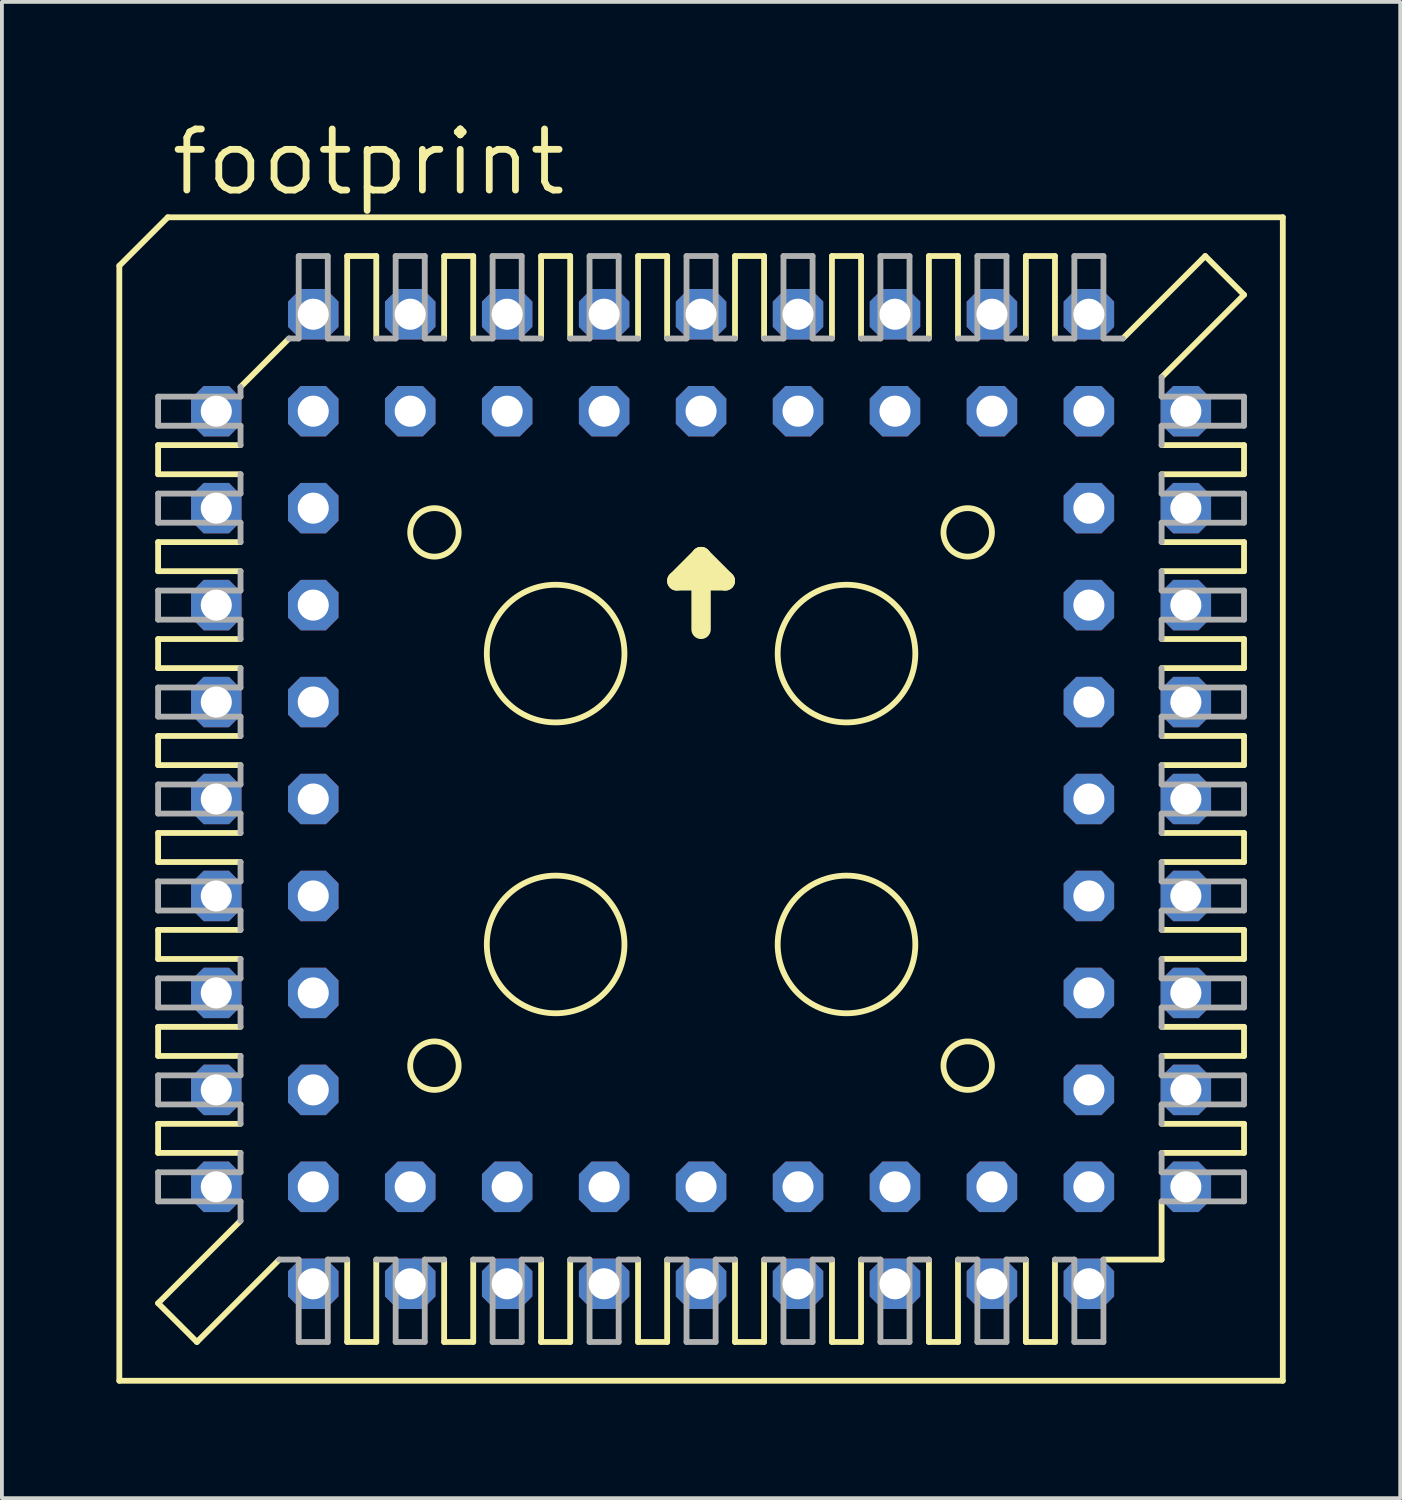
<source format=kicad_pcb>
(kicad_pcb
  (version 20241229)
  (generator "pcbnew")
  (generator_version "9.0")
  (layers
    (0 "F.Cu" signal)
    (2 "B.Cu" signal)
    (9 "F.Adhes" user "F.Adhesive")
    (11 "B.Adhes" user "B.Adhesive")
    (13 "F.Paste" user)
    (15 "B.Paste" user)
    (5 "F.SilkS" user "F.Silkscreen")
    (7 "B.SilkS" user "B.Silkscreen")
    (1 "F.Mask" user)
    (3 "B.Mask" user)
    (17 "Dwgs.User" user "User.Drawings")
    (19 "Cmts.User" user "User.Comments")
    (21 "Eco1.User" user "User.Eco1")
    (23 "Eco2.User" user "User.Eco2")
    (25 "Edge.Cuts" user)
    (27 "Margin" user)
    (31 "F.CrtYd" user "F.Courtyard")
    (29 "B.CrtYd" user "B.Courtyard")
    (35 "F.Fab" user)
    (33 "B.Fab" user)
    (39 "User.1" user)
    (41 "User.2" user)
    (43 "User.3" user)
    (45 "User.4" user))
  (footprint "footprint"
    (layer "F.Cu")
    (at 15.316 17.882)
    (property "Reference" "footprint" (at -13.97 -15.748 0) (layer "F.SilkS") (effects (font (size 1.6 1.6) (thickness 0.178)) (justify left bottom)))
    (fp_line (start -15.24 -13.97) (end -15.24 15.24) (stroke (width 0.152) (type solid)) (layer "F.SilkS"))
    (fp_line (start -14.224 -9.271) (end -14.224 -8.509) (stroke (width 0.152) (type solid)) (layer "F.SilkS"))
    (fp_line (start -14.224 -9.271) (end -12.065 -9.271) (stroke (width 0.152) (type solid)) (layer "F.SilkS"))
    (fp_line (start -14.224 -6.731) (end -14.224 -5.969) (stroke (width 0.152) (type solid)) (layer "F.SilkS"))
    (fp_line (start -14.224 -6.731) (end -12.065 -6.731) (stroke (width 0.152) (type solid)) (layer "F.SilkS"))
    (fp_line (start -14.224 -4.191) (end -14.224 -3.429) (stroke (width 0.152) (type solid)) (layer "F.SilkS"))
    (fp_line (start -14.224 -4.191) (end -12.065 -4.191) (stroke (width 0.152) (type solid)) (layer "F.SilkS"))
    (fp_line (start -14.224 -0.889) (end -14.224 -1.651) (stroke (width 0.152) (type solid)) (layer "F.SilkS"))
    (fp_line (start -14.224 -0.889) (end -12.065 -0.889) (stroke (width 0.152) (type solid)) (layer "F.SilkS"))
    (fp_line (start -14.224 1.651) (end -14.224 0.889) (stroke (width 0.152) (type solid)) (layer "F.SilkS"))
    (fp_line (start -14.224 1.651) (end -12.065 1.651) (stroke (width 0.152) (type solid)) (layer "F.SilkS"))
    (fp_line (start -14.224 4.191) (end -14.224 3.429) (stroke (width 0.152) (type solid)) (layer "F.SilkS"))
    (fp_line (start -14.224 4.191) (end -12.065 4.191) (stroke (width 0.152) (type solid)) (layer "F.SilkS"))
    (fp_line (start -14.224 5.969) (end -14.224 6.731) (stroke (width 0.152) (type solid)) (layer "F.SilkS"))
    (fp_line (start -14.224 5.969) (end -12.065 5.969) (stroke (width 0.152) (type solid)) (layer "F.SilkS"))
    (fp_line (start -14.224 8.509) (end -14.224 9.271) (stroke (width 0.152) (type solid)) (layer "F.SilkS"))
    (fp_line (start -14.224 8.509) (end -12.065 8.509) (stroke (width 0.152) (type solid)) (layer "F.SilkS"))
    (fp_line (start -14.224 13.208) (end -12.065 11.049) (stroke (width 0.152) (type solid)) (layer "F.SilkS"))
    (fp_line (start -13.97 -15.24) (end -15.24 -13.97) (stroke (width 0.152) (type solid)) (layer "F.SilkS"))
    (fp_line (start -13.208 14.224) (end -14.224 13.208) (stroke (width 0.152) (type solid)) (layer "F.SilkS"))
    (fp_line (start -13.208 14.224) (end -11.049 12.065) (stroke (width 0.152) (type solid)) (layer "F.SilkS"))
    (fp_line (start -12.065 -10.795) (end -10.795 -12.065) (stroke (width 0.152) (type solid)) (layer "F.SilkS"))
    (fp_line (start -12.065 -8.509) (end -14.224 -8.509) (stroke (width 0.152) (type solid)) (layer "F.SilkS"))
    (fp_line (start -12.065 -5.969) (end -14.224 -5.969) (stroke (width 0.152) (type solid)) (layer "F.SilkS"))
    (fp_line (start -12.065 -3.429) (end -14.224 -3.429) (stroke (width 0.152) (type solid)) (layer "F.SilkS"))
    (fp_line (start -12.065 -1.651) (end -14.224 -1.651) (stroke (width 0.152) (type solid)) (layer "F.SilkS"))
    (fp_line (start -12.065 0.889) (end -14.224 0.889) (stroke (width 0.152) (type solid)) (layer "F.SilkS"))
    (fp_line (start -12.065 3.429) (end -14.224 3.429) (stroke (width 0.152) (type solid)) (layer "F.SilkS"))
    (fp_line (start -12.065 6.731) (end -14.224 6.731) (stroke (width 0.152) (type solid)) (layer "F.SilkS"))
    (fp_line (start -12.065 9.271) (end -14.224 9.271) (stroke (width 0.152) (type solid)) (layer "F.SilkS"))
    (fp_line (start -9.271 -12.065) (end -9.271 -14.224) (stroke (width 0.152) (type solid)) (layer "F.SilkS"))
    (fp_line (start -9.271 14.224) (end -9.271 12.065) (stroke (width 0.152) (type solid)) (layer "F.SilkS"))
    (fp_line (start -9.271 14.224) (end -8.509 14.224) (stroke (width 0.152) (type solid)) (layer "F.SilkS"))
    (fp_line (start -8.509 -14.224) (end -9.271 -14.224) (stroke (width 0.152) (type solid)) (layer "F.SilkS"))
    (fp_line (start -8.509 -14.224) (end -8.509 -12.065) (stroke (width 0.152) (type solid)) (layer "F.SilkS"))
    (fp_line (start -8.509 12.065) (end -8.509 14.224) (stroke (width 0.152) (type solid)) (layer "F.SilkS"))
    (fp_line (start -6.731 -12.065) (end -6.731 -14.224) (stroke (width 0.152) (type solid)) (layer "F.SilkS"))
    (fp_line (start -6.731 14.224) (end -6.731 12.065) (stroke (width 0.152) (type solid)) (layer "F.SilkS"))
    (fp_line (start -6.731 14.224) (end -5.969 14.224) (stroke (width 0.152) (type solid)) (layer "F.SilkS"))
    (fp_line (start -5.969 -14.224) (end -6.731 -14.224) (stroke (width 0.152) (type solid)) (layer "F.SilkS"))
    (fp_line (start -5.969 -14.224) (end -5.969 -12.065) (stroke (width 0.152) (type solid)) (layer "F.SilkS"))
    (fp_line (start -5.969 12.065) (end -5.969 14.224) (stroke (width 0.152) (type solid)) (layer "F.SilkS"))
    (fp_line (start -4.191 -12.065) (end -4.191 -14.224) (stroke (width 0.152) (type solid)) (layer "F.SilkS"))
    (fp_line (start -4.191 14.224) (end -4.191 12.065) (stroke (width 0.152) (type solid)) (layer "F.SilkS"))
    (fp_line (start -4.191 14.224) (end -3.429 14.224) (stroke (width 0.152) (type solid)) (layer "F.SilkS"))
    (fp_line (start -3.429 -14.224) (end -4.191 -14.224) (stroke (width 0.152) (type solid)) (layer "F.SilkS"))
    (fp_line (start -3.429 -14.224) (end -3.429 -12.065) (stroke (width 0.152) (type solid)) (layer "F.SilkS"))
    (fp_line (start -3.429 12.065) (end -3.429 14.224) (stroke (width 0.152) (type solid)) (layer "F.SilkS"))
    (fp_line (start -1.651 -12.065) (end -1.651 -14.224) (stroke (width 0.152) (type solid)) (layer "F.SilkS"))
    (fp_line (start -1.651 14.224) (end -1.651 12.065) (stroke (width 0.152) (type solid)) (layer "F.SilkS"))
    (fp_line (start -1.651 14.224) (end -0.889 14.224) (stroke (width 0.152) (type solid)) (layer "F.SilkS"))
    (fp_line (start -0.889 -14.224) (end -1.651 -14.224) (stroke (width 0.152) (type solid)) (layer "F.SilkS"))
    (fp_line (start -0.889 -14.224) (end -0.889 -12.065) (stroke (width 0.152) (type solid)) (layer "F.SilkS"))
    (fp_line (start -0.889 12.065) (end -0.889 14.224) (stroke (width 0.152) (type solid)) (layer "F.SilkS"))
    (fp_line (start -0.635 -5.715) (end 0 -6.35) (stroke (width 0.508) (type solid)) (layer "F.SilkS"))
    (fp_line (start 0 -6.35) (end 0 -4.445) (stroke (width 0.508) (type solid)) (layer "F.SilkS"))
    (fp_line (start 0 -6.35) (end 0.635 -5.715) (stroke (width 0.508) (type solid)) (layer "F.SilkS"))
    (fp_line (start 0.635 -5.715) (end -0.635 -5.715) (stroke (width 0.508) (type solid)) (layer "F.SilkS"))
    (fp_line (start 0.889 -12.065) (end 0.889 -14.224) (stroke (width 0.152) (type solid)) (layer "F.SilkS"))
    (fp_line (start 0.889 14.224) (end 0.889 12.065) (stroke (width 0.152) (type solid)) (layer "F.SilkS"))
    (fp_line (start 0.889 14.224) (end 1.651 14.224) (stroke (width 0.152) (type solid)) (layer "F.SilkS"))
    (fp_line (start 1.651 -14.224) (end 0.889 -14.224) (stroke (width 0.152) (type solid)) (layer "F.SilkS"))
    (fp_line (start 1.651 -14.224) (end 1.651 -12.065) (stroke (width 0.152) (type solid)) (layer "F.SilkS"))
    (fp_line (start 1.651 12.065) (end 1.651 14.224) (stroke (width 0.152) (type solid)) (layer "F.SilkS"))
    (fp_line (start 3.429 -12.065) (end 3.429 -14.224) (stroke (width 0.152) (type solid)) (layer "F.SilkS"))
    (fp_line (start 3.429 14.224) (end 3.429 12.065) (stroke (width 0.152) (type solid)) (layer "F.SilkS"))
    (fp_line (start 3.429 14.224) (end 4.191 14.224) (stroke (width 0.152) (type solid)) (layer "F.SilkS"))
    (fp_line (start 4.191 -14.224) (end 3.429 -14.224) (stroke (width 0.152) (type solid)) (layer "F.SilkS"))
    (fp_line (start 4.191 -14.224) (end 4.191 -12.065) (stroke (width 0.152) (type solid)) (layer "F.SilkS"))
    (fp_line (start 4.191 12.065) (end 4.191 14.224) (stroke (width 0.152) (type solid)) (layer "F.SilkS"))
    (fp_line (start 5.969 -12.065) (end 5.969 -14.224) (stroke (width 0.152) (type solid)) (layer "F.SilkS"))
    (fp_line (start 5.969 14.224) (end 5.969 12.065) (stroke (width 0.152) (type solid)) (layer "F.SilkS"))
    (fp_line (start 5.969 14.224) (end 6.731 14.224) (stroke (width 0.152) (type solid)) (layer "F.SilkS"))
    (fp_line (start 6.731 -14.224) (end 5.969 -14.224) (stroke (width 0.152) (type solid)) (layer "F.SilkS"))
    (fp_line (start 6.731 -14.224) (end 6.731 -12.065) (stroke (width 0.152) (type solid)) (layer "F.SilkS"))
    (fp_line (start 6.731 12.065) (end 6.731 14.224) (stroke (width 0.152) (type solid)) (layer "F.SilkS"))
    (fp_line (start 8.509 -12.065) (end 8.509 -14.224) (stroke (width 0.152) (type solid)) (layer "F.SilkS"))
    (fp_line (start 8.509 14.224) (end 8.509 12.065) (stroke (width 0.152) (type solid)) (layer "F.SilkS"))
    (fp_line (start 8.509 14.224) (end 9.271 14.224) (stroke (width 0.152) (type solid)) (layer "F.SilkS"))
    (fp_line (start 9.271 -14.224) (end 8.509 -14.224) (stroke (width 0.152) (type solid)) (layer "F.SilkS"))
    (fp_line (start 9.271 -14.224) (end 9.271 -12.065) (stroke (width 0.152) (type solid)) (layer "F.SilkS"))
    (fp_line (start 9.271 14.224) (end 9.271 12.065) (stroke (width 0.152) (type solid)) (layer "F.SilkS"))
    (fp_line (start 10.541 12.065) (end 12.065 12.065) (stroke (width 0.152) (type solid)) (layer "F.SilkS"))
    (fp_line (start 12.065 -9.271) (end 14.224 -9.271) (stroke (width 0.152) (type solid)) (layer "F.SilkS"))
    (fp_line (start 12.065 -6.731) (end 14.224 -6.731) (stroke (width 0.152) (type solid)) (layer "F.SilkS"))
    (fp_line (start 12.065 -3.429) (end 14.224 -3.429) (stroke (width 0.152) (type solid)) (layer "F.SilkS"))
    (fp_line (start 12.065 -0.889) (end 14.224 -0.889) (stroke (width 0.152) (type solid)) (layer "F.SilkS"))
    (fp_line (start 12.065 1.651) (end 14.224 1.651) (stroke (width 0.152) (type solid)) (layer "F.SilkS"))
    (fp_line (start 12.065 3.429) (end 14.224 3.429) (stroke (width 0.152) (type solid)) (layer "F.SilkS"))
    (fp_line (start 12.065 5.969) (end 14.224 5.969) (stroke (width 0.152) (type solid)) (layer "F.SilkS"))
    (fp_line (start 12.065 8.509) (end 14.224 8.509) (stroke (width 0.152) (type solid)) (layer "F.SilkS"))
    (fp_line (start 12.065 12.065) (end 12.065 10.541) (stroke (width 0.152) (type solid)) (layer "F.SilkS"))
    (fp_line (start 13.208 -14.224) (end 11.049 -12.065) (stroke (width 0.152) (type solid)) (layer "F.SilkS"))
    (fp_line (start 14.224 -13.208) (end 12.065 -11.049) (stroke (width 0.152) (type solid)) (layer "F.SilkS"))
    (fp_line (start 14.224 -13.208) (end 13.208 -14.224) (stroke (width 0.152) (type solid)) (layer "F.SilkS"))
    (fp_line (start 14.224 -8.509) (end 12.065 -8.509) (stroke (width 0.152) (type solid)) (layer "F.SilkS"))
    (fp_line (start 14.224 -8.509) (end 14.224 -9.271) (stroke (width 0.152) (type solid)) (layer "F.SilkS"))
    (fp_line (start 14.224 -5.969) (end 12.065 -5.969) (stroke (width 0.152) (type solid)) (layer "F.SilkS"))
    (fp_line (start 14.224 -5.969) (end 14.224 -6.731) (stroke (width 0.152) (type solid)) (layer "F.SilkS"))
    (fp_line (start 14.224 -4.191) (end 12.065 -4.191) (stroke (width 0.152) (type solid)) (layer "F.SilkS"))
    (fp_line (start 14.224 -4.191) (end 14.224 -3.429) (stroke (width 0.152) (type solid)) (layer "F.SilkS"))
    (fp_line (start 14.224 -1.651) (end 12.065 -1.651) (stroke (width 0.152) (type solid)) (layer "F.SilkS"))
    (fp_line (start 14.224 -1.651) (end 14.224 -0.889) (stroke (width 0.152) (type solid)) (layer "F.SilkS"))
    (fp_line (start 14.224 0.889) (end 12.065 0.889) (stroke (width 0.152) (type solid)) (layer "F.SilkS"))
    (fp_line (start 14.224 0.889) (end 14.224 1.651) (stroke (width 0.152) (type solid)) (layer "F.SilkS"))
    (fp_line (start 14.224 4.191) (end 12.065 4.191) (stroke (width 0.152) (type solid)) (layer "F.SilkS"))
    (fp_line (start 14.224 4.191) (end 14.224 3.429) (stroke (width 0.152) (type solid)) (layer "F.SilkS"))
    (fp_line (start 14.224 6.731) (end 12.065 6.731) (stroke (width 0.152) (type solid)) (layer "F.SilkS"))
    (fp_line (start 14.224 6.731) (end 14.224 5.969) (stroke (width 0.152) (type solid)) (layer "F.SilkS"))
    (fp_line (start 14.224 9.271) (end 12.065 9.271) (stroke (width 0.152) (type solid)) (layer "F.SilkS"))
    (fp_line (start 14.224 9.271) (end 14.224 8.509) (stroke (width 0.152) (type solid)) (layer "F.SilkS"))
    (fp_line (start 15.24 -15.24) (end -13.97 -15.24) (stroke (width 0.152) (type solid)) (layer "F.SilkS"))
    (fp_line (start 15.24 15.24) (end -15.24 15.24) (stroke (width 0.152) (type solid)) (layer "F.SilkS"))
    (fp_line (start 15.24 15.24) (end 15.24 -15.24) (stroke (width 0.152) (type solid)) (layer "F.SilkS"))
    (fp_circle (center -6.985 -6.985) (end -6.35 -6.985) (stroke (width 0.152) (type solid)) (fill no) (layer "F.SilkS"))
    (fp_circle (center -6.985 6.985) (end -6.35 6.985) (stroke (width 0.152) (type solid)) (fill no) (layer "F.SilkS"))
    (fp_circle (center -3.81 -3.81) (end -2.007 -3.81) (stroke (width 0.152) (type solid)) (fill no) (layer "F.SilkS"))
    (fp_circle (center -3.81 3.81) (end -2.007 3.81) (stroke (width 0.152) (type solid)) (fill no) (layer "F.SilkS"))
    (fp_circle (center 3.81 -3.81) (end 5.613 -3.81) (stroke (width 0.152) (type solid)) (fill no) (layer "F.SilkS"))
    (fp_circle (center 3.81 3.81) (end 5.613 3.81) (stroke (width 0.152) (type solid)) (fill no) (layer "F.SilkS"))
    (fp_circle (center 6.985 -6.985) (end 7.62 -6.985) (stroke (width 0.152) (type solid)) (fill no) (layer "F.SilkS"))
    (fp_circle (center 6.985 6.985) (end 7.62 6.985) (stroke (width 0.152) (type solid)) (fill no) (layer "F.SilkS"))
    (fp_line (start -14.224 -10.541) (end -14.224 -9.779) (stroke (width 0.152) (type solid)) (layer "F.Fab"))
    (fp_line (start -14.224 -10.541) (end -12.065 -10.541) (stroke (width 0.152) (type solid)) (layer "F.Fab"))
    (fp_line (start -14.224 -7.239) (end -14.224 -8.001) (stroke (width 0.152) (type solid)) (layer "F.Fab"))
    (fp_line (start -14.224 -7.239) (end -12.065 -7.239) (stroke (width 0.152) (type solid)) (layer "F.Fab"))
    (fp_line (start -14.224 -5.461) (end -14.224 -4.699) (stroke (width 0.152) (type solid)) (layer "F.Fab"))
    (fp_line (start -14.224 -5.461) (end -12.065 -5.461) (stroke (width 0.152) (type solid)) (layer "F.Fab"))
    (fp_line (start -14.224 -2.921) (end -14.224 -2.159) (stroke (width 0.152) (type solid)) (layer "F.Fab"))
    (fp_line (start -14.224 -2.921) (end -12.065 -2.921) (stroke (width 0.152) (type solid)) (layer "F.Fab"))
    (fp_line (start -14.224 0.381) (end -14.224 -0.381) (stroke (width 0.152) (type solid)) (layer "F.Fab"))
    (fp_line (start -14.224 0.381) (end -12.065 0.381) (stroke (width 0.152) (type solid)) (layer "F.Fab"))
    (fp_line (start -14.224 2.921) (end -14.224 2.159) (stroke (width 0.152) (type solid)) (layer "F.Fab"))
    (fp_line (start -14.224 2.921) (end -12.065 2.921) (stroke (width 0.152) (type solid)) (layer "F.Fab"))
    (fp_line (start -14.224 5.461) (end -14.224 4.699) (stroke (width 0.152) (type solid)) (layer "F.Fab"))
    (fp_line (start -14.224 5.461) (end -12.065 5.461) (stroke (width 0.152) (type solid)) (layer "F.Fab"))
    (fp_line (start -14.224 7.239) (end -14.224 8.001) (stroke (width 0.152) (type solid)) (layer "F.Fab"))
    (fp_line (start -14.224 7.239) (end -12.065 7.239) (stroke (width 0.152) (type solid)) (layer "F.Fab"))
    (fp_line (start -14.224 9.779) (end -12.065 9.779) (stroke (width 0.152) (type solid)) (layer "F.Fab"))
    (fp_line (start -14.224 10.541) (end -14.224 9.779) (stroke (width 0.152) (type solid)) (layer "F.Fab"))
    (fp_line (start -14.224 10.541) (end -12.065 10.541) (stroke (width 0.152) (type solid)) (layer "F.Fab"))
    (fp_line (start -12.065 -10.541) (end -12.065 -10.795) (stroke (width 0.152) (type solid)) (layer "F.Fab"))
    (fp_line (start -12.065 -9.779) (end -14.224 -9.779) (stroke (width 0.152) (type solid)) (layer "F.Fab"))
    (fp_line (start -12.065 -9.779) (end -12.065 -9.271) (stroke (width 0.152) (type solid)) (layer "F.Fab"))
    (fp_line (start -12.065 -8.001) (end -14.224 -8.001) (stroke (width 0.152) (type solid)) (layer "F.Fab"))
    (fp_line (start -12.065 -8.001) (end -12.065 -8.509) (stroke (width 0.152) (type solid)) (layer "F.Fab"))
    (fp_line (start -12.065 -6.731) (end -12.065 -7.239) (stroke (width 0.152) (type solid)) (layer "F.Fab"))
    (fp_line (start -12.065 -5.969) (end -12.065 -5.461) (stroke (width 0.152) (type solid)) (layer "F.Fab"))
    (fp_line (start -12.065 -4.699) (end -14.224 -4.699) (stroke (width 0.152) (type solid)) (layer "F.Fab"))
    (fp_line (start -12.065 -4.699) (end -12.065 -4.191) (stroke (width 0.152) (type solid)) (layer "F.Fab"))
    (fp_line (start -12.065 -3.429) (end -12.065 -2.921) (stroke (width 0.152) (type solid)) (layer "F.Fab"))
    (fp_line (start -12.065 -2.159) (end -14.224 -2.159) (stroke (width 0.152) (type solid)) (layer "F.Fab"))
    (fp_line (start -12.065 -2.159) (end -12.065 -1.651) (stroke (width 0.152) (type solid)) (layer "F.Fab"))
    (fp_line (start -12.065 -0.381) (end -14.224 -0.381) (stroke (width 0.152) (type solid)) (layer "F.Fab"))
    (fp_line (start -12.065 -0.381) (end -12.065 -0.889) (stroke (width 0.152) (type solid)) (layer "F.Fab"))
    (fp_line (start -12.065 0.889) (end -12.065 0.381) (stroke (width 0.152) (type solid)) (layer "F.Fab"))
    (fp_line (start -12.065 2.159) (end -14.224 2.159) (stroke (width 0.152) (type solid)) (layer "F.Fab"))
    (fp_line (start -12.065 2.159) (end -12.065 1.651) (stroke (width 0.152) (type solid)) (layer "F.Fab"))
    (fp_line (start -12.065 3.429) (end -12.065 2.921) (stroke (width 0.152) (type solid)) (layer "F.Fab"))
    (fp_line (start -12.065 4.699) (end -14.224 4.699) (stroke (width 0.152) (type solid)) (layer "F.Fab"))
    (fp_line (start -12.065 4.699) (end -12.065 4.191) (stroke (width 0.152) (type solid)) (layer "F.Fab"))
    (fp_line (start -12.065 5.461) (end -12.065 5.969) (stroke (width 0.152) (type solid)) (layer "F.Fab"))
    (fp_line (start -12.065 6.731) (end -12.065 7.239) (stroke (width 0.152) (type solid)) (layer "F.Fab"))
    (fp_line (start -12.065 8.001) (end -14.224 8.001) (stroke (width 0.152) (type solid)) (layer "F.Fab"))
    (fp_line (start -12.065 8.001) (end -12.065 8.509) (stroke (width 0.152) (type solid)) (layer "F.Fab"))
    (fp_line (start -12.065 9.271) (end -12.065 9.779) (stroke (width 0.152) (type solid)) (layer "F.Fab"))
    (fp_line (start -12.065 11.049) (end -12.065 10.541) (stroke (width 0.152) (type solid)) (layer "F.Fab"))
    (fp_line (start -11.049 12.065) (end -10.541 12.065) (stroke (width 0.152) (type solid)) (layer "F.Fab"))
    (fp_line (start -10.795 -12.065) (end -10.541 -12.065) (stroke (width 0.152) (type solid)) (layer "F.Fab"))
    (fp_line (start -10.541 -12.065) (end -10.541 -14.224) (stroke (width 0.152) (type solid)) (layer "F.Fab"))
    (fp_line (start -10.541 14.224) (end -10.541 12.065) (stroke (width 0.152) (type solid)) (layer "F.Fab"))
    (fp_line (start -10.541 14.224) (end -9.779 14.224) (stroke (width 0.152) (type solid)) (layer "F.Fab"))
    (fp_line (start -9.779 -14.224) (end -10.541 -14.224) (stroke (width 0.152) (type solid)) (layer "F.Fab"))
    (fp_line (start -9.779 -14.224) (end -9.779 -12.065) (stroke (width 0.152) (type solid)) (layer "F.Fab"))
    (fp_line (start -9.779 12.065) (end -9.779 14.224) (stroke (width 0.152) (type solid)) (layer "F.Fab"))
    (fp_line (start -9.779 12.065) (end -9.271 12.065) (stroke (width 0.152) (type solid)) (layer "F.Fab"))
    (fp_line (start -9.271 -12.065) (end -9.779 -12.065) (stroke (width 0.152) (type solid)) (layer "F.Fab"))
    (fp_line (start -8.001 -12.065) (end -8.509 -12.065) (stroke (width 0.152) (type solid)) (layer "F.Fab"))
    (fp_line (start -8.001 -12.065) (end -8.001 -14.224) (stroke (width 0.152) (type solid)) (layer "F.Fab"))
    (fp_line (start -8.001 12.065) (end -8.509 12.065) (stroke (width 0.152) (type solid)) (layer "F.Fab"))
    (fp_line (start -8.001 12.065) (end -8.001 14.224) (stroke (width 0.152) (type solid)) (layer "F.Fab"))
    (fp_line (start -7.239 -14.224) (end -8.001 -14.224) (stroke (width 0.152) (type solid)) (layer "F.Fab"))
    (fp_line (start -7.239 -14.224) (end -7.239 -12.065) (stroke (width 0.152) (type solid)) (layer "F.Fab"))
    (fp_line (start -7.239 14.224) (end -8.001 14.224) (stroke (width 0.152) (type solid)) (layer "F.Fab"))
    (fp_line (start -7.239 14.224) (end -7.239 12.065) (stroke (width 0.152) (type solid)) (layer "F.Fab"))
    (fp_line (start -6.731 -12.065) (end -7.239 -12.065) (stroke (width 0.152) (type solid)) (layer "F.Fab"))
    (fp_line (start -6.731 12.065) (end -7.239 12.065) (stroke (width 0.152) (type solid)) (layer "F.Fab"))
    (fp_line (start -5.969 12.065) (end -5.461 12.065) (stroke (width 0.152) (type solid)) (layer "F.Fab"))
    (fp_line (start -5.461 -12.065) (end -5.969 -12.065) (stroke (width 0.152) (type solid)) (layer "F.Fab"))
    (fp_line (start -5.461 -12.065) (end -5.461 -14.224) (stroke (width 0.152) (type solid)) (layer "F.Fab"))
    (fp_line (start -5.461 14.224) (end -5.461 12.065) (stroke (width 0.152) (type solid)) (layer "F.Fab"))
    (fp_line (start -5.461 14.224) (end -4.699 14.224) (stroke (width 0.152) (type solid)) (layer "F.Fab"))
    (fp_line (start -4.699 -14.224) (end -5.461 -14.224) (stroke (width 0.152) (type solid)) (layer "F.Fab"))
    (fp_line (start -4.699 -14.224) (end -4.699 -12.065) (stroke (width 0.152) (type solid)) (layer "F.Fab"))
    (fp_line (start -4.699 12.065) (end -4.699 14.224) (stroke (width 0.152) (type solid)) (layer "F.Fab"))
    (fp_line (start -4.699 12.065) (end -4.191 12.065) (stroke (width 0.152) (type solid)) (layer "F.Fab"))
    (fp_line (start -4.191 -12.065) (end -4.699 -12.065) (stroke (width 0.152) (type solid)) (layer "F.Fab"))
    (fp_line (start -3.429 12.065) (end -2.921 12.065) (stroke (width 0.152) (type solid)) (layer "F.Fab"))
    (fp_line (start -2.921 -12.065) (end -3.429 -12.065) (stroke (width 0.152) (type solid)) (layer "F.Fab"))
    (fp_line (start -2.921 -12.065) (end -2.921 -14.224) (stroke (width 0.152) (type solid)) (layer "F.Fab"))
    (fp_line (start -2.921 14.224) (end -2.921 12.065) (stroke (width 0.152) (type solid)) (layer "F.Fab"))
    (fp_line (start -2.921 14.224) (end -2.159 14.224) (stroke (width 0.152) (type solid)) (layer "F.Fab"))
    (fp_line (start -2.159 -14.224) (end -2.921 -14.224) (stroke (width 0.152) (type solid)) (layer "F.Fab"))
    (fp_line (start -2.159 -14.224) (end -2.159 -12.065) (stroke (width 0.152) (type solid)) (layer "F.Fab"))
    (fp_line (start -2.159 12.065) (end -2.159 14.224) (stroke (width 0.152) (type solid)) (layer "F.Fab"))
    (fp_line (start -2.159 12.065) (end -1.651 12.065) (stroke (width 0.152) (type solid)) (layer "F.Fab"))
    (fp_line (start -1.651 -12.065) (end -2.159 -12.065) (stroke (width 0.152) (type solid)) (layer "F.Fab"))
    (fp_line (start -0.889 12.065) (end -0.381 12.065) (stroke (width 0.152) (type solid)) (layer "F.Fab"))
    (fp_line (start -0.381 -12.065) (end -0.889 -12.065) (stroke (width 0.152) (type solid)) (layer "F.Fab"))
    (fp_line (start -0.381 -12.065) (end -0.381 -14.224) (stroke (width 0.152) (type solid)) (layer "F.Fab"))
    (fp_line (start -0.381 14.224) (end -0.381 12.065) (stroke (width 0.152) (type solid)) (layer "F.Fab"))
    (fp_line (start -0.381 14.224) (end 0.381 14.224) (stroke (width 0.152) (type solid)) (layer "F.Fab"))
    (fp_line (start 0.381 -14.224) (end -0.381 -14.224) (stroke (width 0.152) (type solid)) (layer "F.Fab"))
    (fp_line (start 0.381 -14.224) (end 0.381 -12.065) (stroke (width 0.152) (type solid)) (layer "F.Fab"))
    (fp_line (start 0.381 12.065) (end 0.381 14.224) (stroke (width 0.152) (type solid)) (layer "F.Fab"))
    (fp_line (start 0.381 12.065) (end 0.889 12.065) (stroke (width 0.152) (type solid)) (layer "F.Fab"))
    (fp_line (start 0.889 -12.065) (end 0.381 -12.065) (stroke (width 0.152) (type solid)) (layer "F.Fab"))
    (fp_line (start 1.651 12.065) (end 2.159 12.065) (stroke (width 0.152) (type solid)) (layer "F.Fab"))
    (fp_line (start 2.159 -12.065) (end 1.651 -12.065) (stroke (width 0.152) (type solid)) (layer "F.Fab"))
    (fp_line (start 2.159 -12.065) (end 2.159 -14.224) (stroke (width 0.152) (type solid)) (layer "F.Fab"))
    (fp_line (start 2.159 14.224) (end 2.159 12.065) (stroke (width 0.152) (type solid)) (layer "F.Fab"))
    (fp_line (start 2.159 14.224) (end 2.921 14.224) (stroke (width 0.152) (type solid)) (layer "F.Fab"))
    (fp_line (start 2.921 -14.224) (end 2.159 -14.224) (stroke (width 0.152) (type solid)) (layer "F.Fab"))
    (fp_line (start 2.921 -14.224) (end 2.921 -12.065) (stroke (width 0.152) (type solid)) (layer "F.Fab"))
    (fp_line (start 2.921 12.065) (end 2.921 14.224) (stroke (width 0.152) (type solid)) (layer "F.Fab"))
    (fp_line (start 2.921 12.065) (end 3.429 12.065) (stroke (width 0.152) (type solid)) (layer "F.Fab"))
    (fp_line (start 3.429 -12.065) (end 2.921 -12.065) (stroke (width 0.152) (type solid)) (layer "F.Fab"))
    (fp_line (start 4.191 12.065) (end 4.699 12.065) (stroke (width 0.152) (type solid)) (layer "F.Fab"))
    (fp_line (start 4.699 -12.065) (end 4.191 -12.065) (stroke (width 0.152) (type solid)) (layer "F.Fab"))
    (fp_line (start 4.699 -12.065) (end 4.699 -14.224) (stroke (width 0.152) (type solid)) (layer "F.Fab"))
    (fp_line (start 4.699 14.224) (end 4.699 12.065) (stroke (width 0.152) (type solid)) (layer "F.Fab"))
    (fp_line (start 4.699 14.224) (end 5.461 14.224) (stroke (width 0.152) (type solid)) (layer "F.Fab"))
    (fp_line (start 5.461 -14.224) (end 4.699 -14.224) (stroke (width 0.152) (type solid)) (layer "F.Fab"))
    (fp_line (start 5.461 -14.224) (end 5.461 -12.065) (stroke (width 0.152) (type solid)) (layer "F.Fab"))
    (fp_line (start 5.461 12.065) (end 5.461 14.224) (stroke (width 0.152) (type solid)) (layer "F.Fab"))
    (fp_line (start 5.461 12.065) (end 5.969 12.065) (stroke (width 0.152) (type solid)) (layer "F.Fab"))
    (fp_line (start 5.969 -12.065) (end 5.461 -12.065) (stroke (width 0.152) (type solid)) (layer "F.Fab"))
    (fp_line (start 6.731 -12.065) (end 7.239 -12.065) (stroke (width 0.152) (type solid)) (layer "F.Fab"))
    (fp_line (start 6.731 12.065) (end 7.239 12.065) (stroke (width 0.152) (type solid)) (layer "F.Fab"))
    (fp_line (start 7.239 -14.224) (end 7.239 -12.065) (stroke (width 0.152) (type solid)) (layer "F.Fab"))
    (fp_line (start 7.239 -14.224) (end 8.001 -14.224) (stroke (width 0.152) (type solid)) (layer "F.Fab"))
    (fp_line (start 7.239 14.224) (end 7.239 12.065) (stroke (width 0.152) (type solid)) (layer "F.Fab"))
    (fp_line (start 7.239 14.224) (end 8.001 14.224) (stroke (width 0.152) (type solid)) (layer "F.Fab"))
    (fp_line (start 8.001 -12.065) (end 8.001 -14.224) (stroke (width 0.152) (type solid)) (layer "F.Fab"))
    (fp_line (start 8.001 -12.065) (end 8.509 -12.065) (stroke (width 0.152) (type solid)) (layer "F.Fab"))
    (fp_line (start 8.001 12.065) (end 8.001 14.224) (stroke (width 0.152) (type solid)) (layer "F.Fab"))
    (fp_line (start 8.001 12.065) (end 8.509 12.065) (stroke (width 0.152) (type solid)) (layer "F.Fab"))
    (fp_line (start 9.779 -12.065) (end 9.271 -12.065) (stroke (width 0.152) (type solid)) (layer "F.Fab"))
    (fp_line (start 9.779 -12.065) (end 9.779 -14.224) (stroke (width 0.152) (type solid)) (layer "F.Fab"))
    (fp_line (start 9.779 12.065) (end 9.271 12.065) (stroke (width 0.152) (type solid)) (layer "F.Fab"))
    (fp_line (start 9.779 14.224) (end 9.779 12.065) (stroke (width 0.152) (type solid)) (layer "F.Fab"))
    (fp_line (start 9.779 14.224) (end 10.541 14.224) (stroke (width 0.152) (type solid)) (layer "F.Fab"))
    (fp_line (start 10.541 -14.224) (end 9.779 -14.224) (stroke (width 0.152) (type solid)) (layer "F.Fab"))
    (fp_line (start 10.541 -14.224) (end 10.541 -12.065) (stroke (width 0.152) (type solid)) (layer "F.Fab"))
    (fp_line (start 10.541 12.065) (end 10.541 14.224) (stroke (width 0.152) (type solid)) (layer "F.Fab"))
    (fp_line (start 11.049 -12.065) (end 10.541 -12.065) (stroke (width 0.152) (type solid)) (layer "F.Fab"))
    (fp_line (start 12.065 -11.049) (end 12.065 -10.541) (stroke (width 0.152) (type solid)) (layer "F.Fab"))
    (fp_line (start 12.065 -9.779) (end 12.065 -9.271) (stroke (width 0.152) (type solid)) (layer "F.Fab"))
    (fp_line (start 12.065 -9.779) (end 14.224 -9.779) (stroke (width 0.152) (type solid)) (layer "F.Fab"))
    (fp_line (start 12.065 -8.001) (end 12.065 -8.509) (stroke (width 0.152) (type solid)) (layer "F.Fab"))
    (fp_line (start 12.065 -8.001) (end 14.224 -8.001) (stroke (width 0.152) (type solid)) (layer "F.Fab"))
    (fp_line (start 12.065 -6.731) (end 12.065 -7.239) (stroke (width 0.152) (type solid)) (layer "F.Fab"))
    (fp_line (start 12.065 -5.461) (end 12.065 -5.969) (stroke (width 0.152) (type solid)) (layer "F.Fab"))
    (fp_line (start 12.065 -4.699) (end 12.065 -4.191) (stroke (width 0.152) (type solid)) (layer "F.Fab"))
    (fp_line (start 12.065 -4.699) (end 14.224 -4.699) (stroke (width 0.152) (type solid)) (layer "F.Fab"))
    (fp_line (start 12.065 -3.429) (end 12.065 -2.921) (stroke (width 0.152) (type solid)) (layer "F.Fab"))
    (fp_line (start 12.065 -2.159) (end 12.065 -1.651) (stroke (width 0.152) (type solid)) (layer "F.Fab"))
    (fp_line (start 12.065 -2.159) (end 14.224 -2.159) (stroke (width 0.152) (type solid)) (layer "F.Fab"))
    (fp_line (start 12.065 -0.889) (end 12.065 -0.381) (stroke (width 0.152) (type solid)) (layer "F.Fab"))
    (fp_line (start 12.065 0.381) (end 12.065 0.889) (stroke (width 0.152) (type solid)) (layer "F.Fab"))
    (fp_line (start 12.065 0.381) (end 14.224 0.381) (stroke (width 0.152) (type solid)) (layer "F.Fab"))
    (fp_line (start 12.065 1.651) (end 12.065 2.159) (stroke (width 0.152) (type solid)) (layer "F.Fab"))
    (fp_line (start 12.065 2.159) (end 14.224 2.159) (stroke (width 0.152) (type solid)) (layer "F.Fab"))
    (fp_line (start 12.065 3.429) (end 12.065 2.921) (stroke (width 0.152) (type solid)) (layer "F.Fab"))
    (fp_line (start 12.065 4.699) (end 12.065 4.191) (stroke (width 0.152) (type solid)) (layer "F.Fab"))
    (fp_line (start 12.065 4.699) (end 14.224 4.699) (stroke (width 0.152) (type solid)) (layer "F.Fab"))
    (fp_line (start 12.065 5.969) (end 12.065 5.461) (stroke (width 0.152) (type solid)) (layer "F.Fab"))
    (fp_line (start 12.065 6.731) (end 12.065 7.239) (stroke (width 0.152) (type solid)) (layer "F.Fab"))
    (fp_line (start 12.065 8.001) (end 12.065 8.509) (stroke (width 0.152) (type solid)) (layer "F.Fab"))
    (fp_line (start 12.065 8.001) (end 14.224 8.001) (stroke (width 0.152) (type solid)) (layer "F.Fab"))
    (fp_line (start 12.065 9.779) (end 12.065 9.271) (stroke (width 0.152) (type solid)) (layer "F.Fab"))
    (fp_line (start 12.065 9.779) (end 14.224 9.779) (stroke (width 0.152) (type solid)) (layer "F.Fab"))
    (fp_line (start 14.224 -10.541) (end 12.065 -10.541) (stroke (width 0.152) (type solid)) (layer "F.Fab"))
    (fp_line (start 14.224 -10.541) (end 14.224 -9.779) (stroke (width 0.152) (type solid)) (layer "F.Fab"))
    (fp_line (start 14.224 -7.239) (end 12.065 -7.239) (stroke (width 0.152) (type solid)) (layer "F.Fab"))
    (fp_line (start 14.224 -7.239) (end 14.224 -8.001) (stroke (width 0.152) (type solid)) (layer "F.Fab"))
    (fp_line (start 14.224 -5.461) (end 12.065 -5.461) (stroke (width 0.152) (type solid)) (layer "F.Fab"))
    (fp_line (start 14.224 -5.461) (end 14.224 -4.699) (stroke (width 0.152) (type solid)) (layer "F.Fab"))
    (fp_line (start 14.224 -2.921) (end 12.065 -2.921) (stroke (width 0.152) (type solid)) (layer "F.Fab"))
    (fp_line (start 14.224 -2.921) (end 14.224 -2.159) (stroke (width 0.152) (type solid)) (layer "F.Fab"))
    (fp_line (start 14.224 -0.381) (end 12.065 -0.381) (stroke (width 0.152) (type solid)) (layer "F.Fab"))
    (fp_line (start 14.224 -0.381) (end 14.224 0.381) (stroke (width 0.152) (type solid)) (layer "F.Fab"))
    (fp_line (start 14.224 2.921) (end 12.065 2.921) (stroke (width 0.152) (type solid)) (layer "F.Fab"))
    (fp_line (start 14.224 2.921) (end 14.224 2.159) (stroke (width 0.152) (type solid)) (layer "F.Fab"))
    (fp_line (start 14.224 5.461) (end 12.065 5.461) (stroke (width 0.152) (type solid)) (layer "F.Fab"))
    (fp_line (start 14.224 5.461) (end 14.224 4.699) (stroke (width 0.152) (type solid)) (layer "F.Fab"))
    (fp_line (start 14.224 7.239) (end 12.065 7.239) (stroke (width 0.152) (type solid)) (layer "F.Fab"))
    (fp_line (start 14.224 7.239) (end 14.224 8.001) (stroke (width 0.152) (type solid)) (layer "F.Fab"))
    (fp_line (start 14.224 10.541) (end 12.065 10.541) (stroke (width 0.152) (type solid)) (layer "F.Fab"))
    (fp_line (start 14.224 10.541) (end 14.224 9.779) (stroke (width 0.152) (type solid)) (layer "F.Fab"))
    (pad "1" thru_hole roundrect (at 0 -12.7) (size 1.321 1.321) (drill 0.813) (layers "*.Cu" "*.Mask") (roundrect_rratio 0.25) (chamfer_ratio 0.25) (chamfer top_left top_right bottom_left bottom_right))
    (pad "2" thru_hole roundrect (at 0 -10.16) (size 1.321 1.321) (drill 0.813) (layers "*.Cu" "*.Mask") (roundrect_rratio 0.25) (chamfer_ratio 0.25) (chamfer top_left top_right bottom_left bottom_right))
    (pad "3" thru_hole roundrect (at -2.54 -12.7) (size 1.321 1.321) (drill 0.813) (layers "*.Cu" "*.Mask") (roundrect_rratio 0.25) (chamfer_ratio 0.25) (chamfer top_left top_right bottom_left bottom_right))
    (pad "4" thru_hole roundrect (at -2.54 -10.16) (size 1.321 1.321) (drill 0.813) (layers "*.Cu" "*.Mask") (roundrect_rratio 0.25) (chamfer_ratio 0.25) (chamfer top_left top_right bottom_left bottom_right))
    (pad "5" thru_hole roundrect (at -5.08 -12.7) (size 1.321 1.321) (drill 0.813) (layers "*.Cu" "*.Mask") (roundrect_rratio 0.25) (chamfer_ratio 0.25) (chamfer top_left top_right bottom_left bottom_right))
    (pad "6" thru_hole roundrect (at -5.08 -10.16) (size 1.321 1.321) (drill 0.813) (layers "*.Cu" "*.Mask") (roundrect_rratio 0.25) (chamfer_ratio 0.25) (chamfer top_left top_right bottom_left bottom_right))
    (pad "7" thru_hole roundrect (at -7.62 -12.7) (size 1.321 1.321) (drill 0.813) (layers "*.Cu" "*.Mask") (roundrect_rratio 0.25) (chamfer_ratio 0.25) (chamfer top_left top_right bottom_left bottom_right))
    (pad "8" thru_hole roundrect (at -7.62 -10.16) (size 1.321 1.321) (drill 0.813) (layers "*.Cu" "*.Mask") (roundrect_rratio 0.25) (chamfer_ratio 0.25) (chamfer top_left top_right bottom_left bottom_right))
    (pad "9" thru_hole roundrect (at -10.16 -12.7) (size 1.321 1.321) (drill 0.813) (layers "*.Cu" "*.Mask") (roundrect_rratio 0.25) (chamfer_ratio 0.25) (chamfer top_left top_right bottom_left bottom_right))
    (pad "10" thru_hole roundrect (at -12.7 -10.16) (size 1.321 1.321) (drill 0.813) (layers "*.Cu" "*.Mask") (roundrect_rratio 0.25) (chamfer_ratio 0.25) (chamfer top_left top_right bottom_left bottom_right))
    (pad "11" thru_hole roundrect (at -10.16 -10.16) (size 1.321 1.321) (drill 0.813) (layers "*.Cu" "*.Mask") (roundrect_rratio 0.25) (chamfer_ratio 0.25) (chamfer top_left top_right bottom_left bottom_right))
    (pad "12" thru_hole roundrect (at -12.7 -7.62) (size 1.321 1.321) (drill 0.813) (layers "*.Cu" "*.Mask") (roundrect_rratio 0.25) (chamfer_ratio 0.25) (chamfer top_left top_right bottom_left bottom_right))
    (pad "13" thru_hole roundrect (at -10.16 -7.62) (size 1.321 1.321) (drill 0.813) (layers "*.Cu" "*.Mask") (roundrect_rratio 0.25) (chamfer_ratio 0.25) (chamfer top_left top_right bottom_left bottom_right))
    (pad "14" thru_hole roundrect (at -12.7 -5.08) (size 1.321 1.321) (drill 0.813) (layers "*.Cu" "*.Mask") (roundrect_rratio 0.25) (chamfer_ratio 0.25) (chamfer top_left top_right bottom_left bottom_right))
    (pad "15" thru_hole roundrect (at -10.16 -5.08) (size 1.321 1.321) (drill 0.813) (layers "*.Cu" "*.Mask") (roundrect_rratio 0.25) (chamfer_ratio 0.25) (chamfer top_left top_right bottom_left bottom_right))
    (pad "16" thru_hole roundrect (at -12.7 -2.54) (size 1.321 1.321) (drill 0.813) (layers "*.Cu" "*.Mask") (roundrect_rratio 0.25) (chamfer_ratio 0.25) (chamfer top_left top_right bottom_left bottom_right))
    (pad "17" thru_hole roundrect (at -10.16 -2.54) (size 1.321 1.321) (drill 0.813) (layers "*.Cu" "*.Mask") (roundrect_rratio 0.25) (chamfer_ratio 0.25) (chamfer top_left top_right bottom_left bottom_right))
    (pad "18" thru_hole roundrect (at -12.7 0) (size 1.321 1.321) (drill 0.813) (layers "*.Cu" "*.Mask") (roundrect_rratio 0.25) (chamfer_ratio 0.25) (chamfer top_left top_right bottom_left bottom_right))
    (pad "19" thru_hole roundrect (at -10.16 0) (size 1.321 1.321) (drill 0.813) (layers "*.Cu" "*.Mask") (roundrect_rratio 0.25) (chamfer_ratio 0.25) (chamfer top_left top_right bottom_left bottom_right))
    (pad "20" thru_hole roundrect (at -12.7 2.54) (size 1.321 1.321) (drill 0.813) (layers "*.Cu" "*.Mask") (roundrect_rratio 0.25) (chamfer_ratio 0.25) (chamfer top_left top_right bottom_left bottom_right))
    (pad "21" thru_hole roundrect (at -10.16 2.54) (size 1.321 1.321) (drill 0.813) (layers "*.Cu" "*.Mask") (roundrect_rratio 0.25) (chamfer_ratio 0.25) (chamfer top_left top_right bottom_left bottom_right))
    (pad "22" thru_hole roundrect (at -12.7 5.08) (size 1.321 1.321) (drill 0.813) (layers "*.Cu" "*.Mask") (roundrect_rratio 0.25) (chamfer_ratio 0.25) (chamfer top_left top_right bottom_left bottom_right))
    (pad "23" thru_hole roundrect (at -10.16 5.08) (size 1.321 1.321) (drill 0.813) (layers "*.Cu" "*.Mask") (roundrect_rratio 0.25) (chamfer_ratio 0.25) (chamfer top_left top_right bottom_left bottom_right))
    (pad "24" thru_hole roundrect (at -12.7 7.62) (size 1.321 1.321) (drill 0.813) (layers "*.Cu" "*.Mask") (roundrect_rratio 0.25) (chamfer_ratio 0.25) (chamfer top_left top_right bottom_left bottom_right))
    (pad "25" thru_hole roundrect (at -10.16 7.62) (size 1.321 1.321) (drill 0.813) (layers "*.Cu" "*.Mask") (roundrect_rratio 0.25) (chamfer_ratio 0.25) (chamfer top_left top_right bottom_left bottom_right))
    (pad "26" thru_hole roundrect (at -12.7 10.16) (size 1.321 1.321) (drill 0.813) (layers "*.Cu" "*.Mask") (roundrect_rratio 0.25) (chamfer_ratio 0.25) (chamfer top_left top_right bottom_left bottom_right))
    (pad "27" thru_hole roundrect (at -10.16 12.7) (size 1.321 1.321) (drill 0.813) (layers "*.Cu" "*.Mask") (roundrect_rratio 0.25) (chamfer_ratio 0.25) (chamfer top_left top_right bottom_left bottom_right))
    (pad "28" thru_hole roundrect (at -10.16 10.16) (size 1.321 1.321) (drill 0.813) (layers "*.Cu" "*.Mask") (roundrect_rratio 0.25) (chamfer_ratio 0.25) (chamfer top_left top_right bottom_left bottom_right))
    (pad "29" thru_hole roundrect (at -7.62 12.7) (size 1.321 1.321) (drill 0.813) (layers "*.Cu" "*.Mask") (roundrect_rratio 0.25) (chamfer_ratio 0.25) (chamfer top_left top_right bottom_left bottom_right))
    (pad "30" thru_hole roundrect (at -7.62 10.16) (size 1.321 1.321) (drill 0.813) (layers "*.Cu" "*.Mask") (roundrect_rratio 0.25) (chamfer_ratio 0.25) (chamfer top_left top_right bottom_left bottom_right))
    (pad "31" thru_hole roundrect (at -5.08 12.7) (size 1.321 1.321) (drill 0.813) (layers "*.Cu" "*.Mask") (roundrect_rratio 0.25) (chamfer_ratio 0.25) (chamfer top_left top_right bottom_left bottom_right))
    (pad "32" thru_hole roundrect (at -5.08 10.16) (size 1.321 1.321) (drill 0.813) (layers "*.Cu" "*.Mask") (roundrect_rratio 0.25) (chamfer_ratio 0.25) (chamfer top_left top_right bottom_left bottom_right))
    (pad "33" thru_hole roundrect (at -2.54 12.7) (size 1.321 1.321) (drill 0.813) (layers "*.Cu" "*.Mask") (roundrect_rratio 0.25) (chamfer_ratio 0.25) (chamfer top_left top_right bottom_left bottom_right))
    (pad "34" thru_hole roundrect (at -2.54 10.16) (size 1.321 1.321) (drill 0.813) (layers "*.Cu" "*.Mask") (roundrect_rratio 0.25) (chamfer_ratio 0.25) (chamfer top_left top_right bottom_left bottom_right))
    (pad "35" thru_hole roundrect (at 0 12.7) (size 1.321 1.321) (drill 0.813) (layers "*.Cu" "*.Mask") (roundrect_rratio 0.25) (chamfer_ratio 0.25) (chamfer top_left top_right bottom_left bottom_right))
    (pad "36" thru_hole roundrect (at 0 10.16) (size 1.321 1.321) (drill 0.813) (layers "*.Cu" "*.Mask") (roundrect_rratio 0.25) (chamfer_ratio 0.25) (chamfer top_left top_right bottom_left bottom_right))
    (pad "37" thru_hole roundrect (at 2.54 12.7) (size 1.321 1.321) (drill 0.813) (layers "*.Cu" "*.Mask") (roundrect_rratio 0.25) (chamfer_ratio 0.25) (chamfer top_left top_right bottom_left bottom_right))
    (pad "38" thru_hole roundrect (at 2.54 10.16) (size 1.321 1.321) (drill 0.813) (layers "*.Cu" "*.Mask") (roundrect_rratio 0.25) (chamfer_ratio 0.25) (chamfer top_left top_right bottom_left bottom_right))
    (pad "39" thru_hole roundrect (at 5.08 12.7) (size 1.321 1.321) (drill 0.813) (layers "*.Cu" "*.Mask") (roundrect_rratio 0.25) (chamfer_ratio 0.25) (chamfer top_left top_right bottom_left bottom_right))
    (pad "40" thru_hole roundrect (at 5.08 10.16) (size 1.321 1.321) (drill 0.813) (layers "*.Cu" "*.Mask") (roundrect_rratio 0.25) (chamfer_ratio 0.25) (chamfer top_left top_right bottom_left bottom_right))
    (pad "41" thru_hole roundrect (at 7.62 12.7) (size 1.321 1.321) (drill 0.813) (layers "*.Cu" "*.Mask") (roundrect_rratio 0.25) (chamfer_ratio 0.25) (chamfer top_left top_right bottom_left bottom_right))
    (pad "42" thru_hole roundrect (at 7.62 10.16) (size 1.321 1.321) (drill 0.813) (layers "*.Cu" "*.Mask") (roundrect_rratio 0.25) (chamfer_ratio 0.25) (chamfer top_left top_right bottom_left bottom_right))
    (pad "43" thru_hole roundrect (at 10.16 12.7) (size 1.321 1.321) (drill 0.813) (layers "*.Cu" "*.Mask") (roundrect_rratio 0.25) (chamfer_ratio 0.25) (chamfer top_left top_right bottom_left bottom_right))
    (pad "44" thru_hole roundrect (at 12.7 10.16) (size 1.321 1.321) (drill 0.813) (layers "*.Cu" "*.Mask") (roundrect_rratio 0.25) (chamfer_ratio 0.25) (chamfer top_left top_right bottom_left bottom_right))
    (pad "45" thru_hole roundrect (at 10.16 10.16) (size 1.321 1.321) (drill 0.813) (layers "*.Cu" "*.Mask") (roundrect_rratio 0.25) (chamfer_ratio 0.25) (chamfer top_left top_right bottom_left bottom_right))
    (pad "46" thru_hole roundrect (at 12.7 7.62) (size 1.321 1.321) (drill 0.813) (layers "*.Cu" "*.Mask") (roundrect_rratio 0.25) (chamfer_ratio 0.25) (chamfer top_left top_right bottom_left bottom_right))
    (pad "47" thru_hole roundrect (at 10.16 7.62) (size 1.321 1.321) (drill 0.813) (layers "*.Cu" "*.Mask") (roundrect_rratio 0.25) (chamfer_ratio 0.25) (chamfer top_left top_right bottom_left bottom_right))
    (pad "48" thru_hole roundrect (at 12.7 5.08) (size 1.321 1.321) (drill 0.813) (layers "*.Cu" "*.Mask") (roundrect_rratio 0.25) (chamfer_ratio 0.25) (chamfer top_left top_right bottom_left bottom_right))
    (pad "49" thru_hole roundrect (at 10.16 5.08) (size 1.321 1.321) (drill 0.813) (layers "*.Cu" "*.Mask") (roundrect_rratio 0.25) (chamfer_ratio 0.25) (chamfer top_left top_right bottom_left bottom_right))
    (pad "50" thru_hole roundrect (at 12.7 2.54) (size 1.321 1.321) (drill 0.813) (layers "*.Cu" "*.Mask") (roundrect_rratio 0.25) (chamfer_ratio 0.25) (chamfer top_left top_right bottom_left bottom_right))
    (pad "51" thru_hole roundrect (at 10.16 2.54) (size 1.321 1.321) (drill 0.813) (layers "*.Cu" "*.Mask") (roundrect_rratio 0.25) (chamfer_ratio 0.25) (chamfer top_left top_right bottom_left bottom_right))
    (pad "52" thru_hole roundrect (at 12.7 0) (size 1.321 1.321) (drill 0.813) (layers "*.Cu" "*.Mask") (roundrect_rratio 0.25) (chamfer_ratio 0.25) (chamfer top_left top_right bottom_left bottom_right))
    (pad "53" thru_hole roundrect (at 10.16 0) (size 1.321 1.321) (drill 0.813) (layers "*.Cu" "*.Mask") (roundrect_rratio 0.25) (chamfer_ratio 0.25) (chamfer top_left top_right bottom_left bottom_right))
    (pad "54" thru_hole roundrect (at 12.7 -2.54) (size 1.321 1.321) (drill 0.813) (layers "*.Cu" "*.Mask") (roundrect_rratio 0.25) (chamfer_ratio 0.25) (chamfer top_left top_right bottom_left bottom_right))
    (pad "55" thru_hole roundrect (at 10.16 -2.54) (size 1.321 1.321) (drill 0.813) (layers "*.Cu" "*.Mask") (roundrect_rratio 0.25) (chamfer_ratio 0.25) (chamfer top_left top_right bottom_left bottom_right))
    (pad "56" thru_hole roundrect (at 12.7 -5.08) (size 1.321 1.321) (drill 0.813) (layers "*.Cu" "*.Mask") (roundrect_rratio 0.25) (chamfer_ratio 0.25) (chamfer top_left top_right bottom_left bottom_right))
    (pad "57" thru_hole roundrect (at 10.16 -5.08) (size 1.321 1.321) (drill 0.813) (layers "*.Cu" "*.Mask") (roundrect_rratio 0.25) (chamfer_ratio 0.25) (chamfer top_left top_right bottom_left bottom_right))
    (pad "58" thru_hole roundrect (at 12.7 -7.62) (size 1.321 1.321) (drill 0.813) (layers "*.Cu" "*.Mask") (roundrect_rratio 0.25) (chamfer_ratio 0.25) (chamfer top_left top_right bottom_left bottom_right))
    (pad "59" thru_hole roundrect (at 10.16 -7.62) (size 1.321 1.321) (drill 0.813) (layers "*.Cu" "*.Mask") (roundrect_rratio 0.25) (chamfer_ratio 0.25) (chamfer top_left top_right bottom_left bottom_right))
    (pad "60" thru_hole roundrect (at 12.7 -10.16) (size 1.321 1.321) (drill 0.813) (layers "*.Cu" "*.Mask") (roundrect_rratio 0.25) (chamfer_ratio 0.25) (chamfer top_left top_right bottom_left bottom_right))
    (pad "61" thru_hole roundrect (at 10.16 -12.7) (size 1.321 1.321) (drill 0.813) (layers "*.Cu" "*.Mask") (roundrect_rratio 0.25) (chamfer_ratio 0.25) (chamfer top_left top_right bottom_left bottom_right))
    (pad "62" thru_hole roundrect (at 10.16 -10.16) (size 1.321 1.321) (drill 0.813) (layers "*.Cu" "*.Mask") (roundrect_rratio 0.25) (chamfer_ratio 0.25) (chamfer top_left top_right bottom_left bottom_right))
    (pad "63" thru_hole roundrect (at 7.62 -12.7) (size 1.321 1.321) (drill 0.813) (layers "*.Cu" "*.Mask") (roundrect_rratio 0.25) (chamfer_ratio 0.25) (chamfer top_left top_right bottom_left bottom_right))
    (pad "64" thru_hole roundrect (at 7.62 -10.16) (size 1.321 1.321) (drill 0.813) (layers "*.Cu" "*.Mask") (roundrect_rratio 0.25) (chamfer_ratio 0.25) (chamfer top_left top_right bottom_left bottom_right))
    (pad "65" thru_hole roundrect (at 5.08 -12.7) (size 1.321 1.321) (drill 0.813) (layers "*.Cu" "*.Mask") (roundrect_rratio 0.25) (chamfer_ratio 0.25) (chamfer top_left top_right bottom_left bottom_right))
    (pad "66" thru_hole roundrect (at 5.08 -10.16) (size 1.321 1.321) (drill 0.813) (layers "*.Cu" "*.Mask") (roundrect_rratio 0.25) (chamfer_ratio 0.25) (chamfer top_left top_right bottom_left bottom_right))
    (pad "67" thru_hole roundrect (at 2.54 -12.7) (size 1.321 1.321) (drill 0.813) (layers "*.Cu" "*.Mask") (roundrect_rratio 0.25) (chamfer_ratio 0.25) (chamfer top_left top_right bottom_left bottom_right))
    (pad "68" thru_hole roundrect (at 2.54 -10.16) (size 1.321 1.321) (drill 0.813) (layers "*.Cu" "*.Mask") (roundrect_rratio 0.25) (chamfer_ratio 0.25) (chamfer top_left top_right bottom_left bottom_right)))
  (gr_rect
    (start -3 -3)
    (end 33.632 36.198)
    (stroke (width 0.1) (type default))
    (fill no)
    (layer "Edge.Cuts")))
</source>
